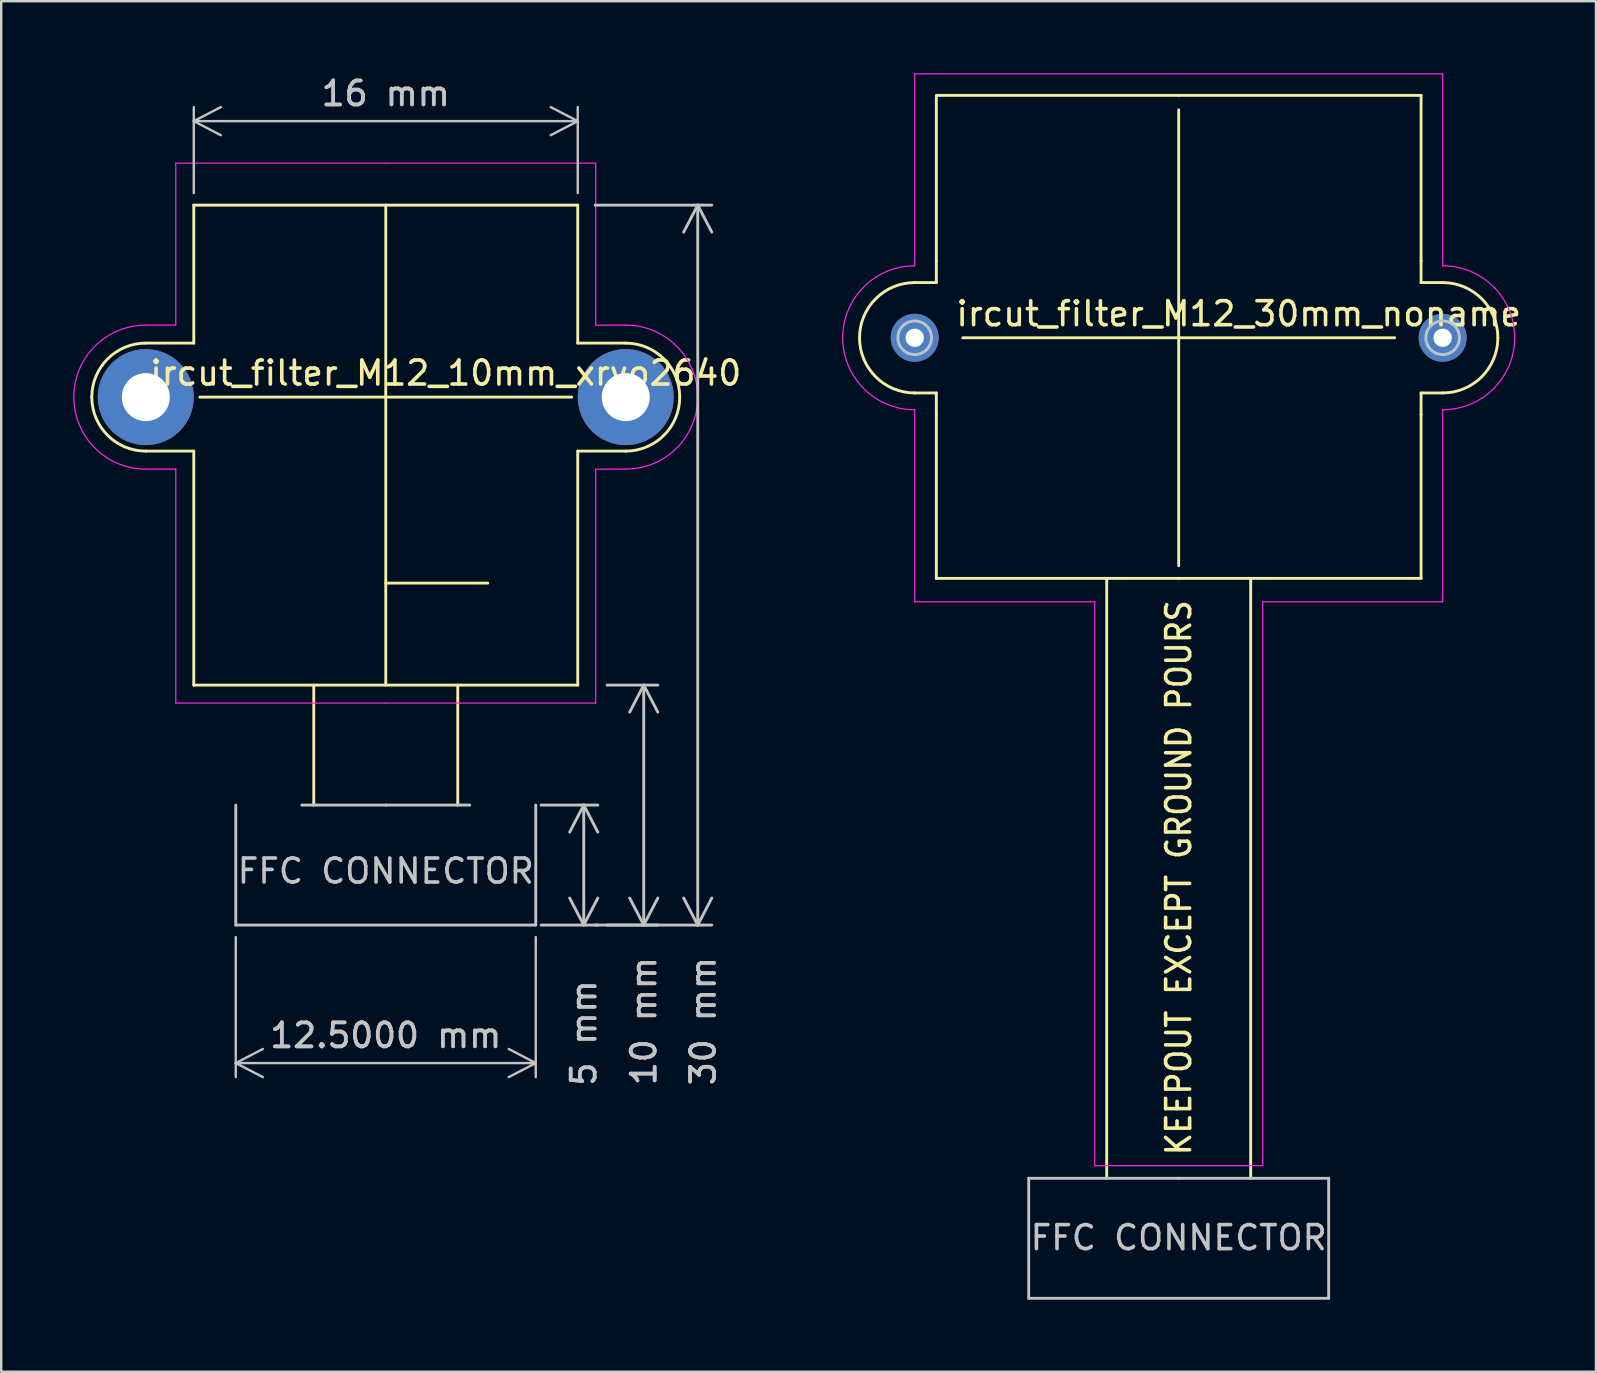
<source format=kicad_pcb>
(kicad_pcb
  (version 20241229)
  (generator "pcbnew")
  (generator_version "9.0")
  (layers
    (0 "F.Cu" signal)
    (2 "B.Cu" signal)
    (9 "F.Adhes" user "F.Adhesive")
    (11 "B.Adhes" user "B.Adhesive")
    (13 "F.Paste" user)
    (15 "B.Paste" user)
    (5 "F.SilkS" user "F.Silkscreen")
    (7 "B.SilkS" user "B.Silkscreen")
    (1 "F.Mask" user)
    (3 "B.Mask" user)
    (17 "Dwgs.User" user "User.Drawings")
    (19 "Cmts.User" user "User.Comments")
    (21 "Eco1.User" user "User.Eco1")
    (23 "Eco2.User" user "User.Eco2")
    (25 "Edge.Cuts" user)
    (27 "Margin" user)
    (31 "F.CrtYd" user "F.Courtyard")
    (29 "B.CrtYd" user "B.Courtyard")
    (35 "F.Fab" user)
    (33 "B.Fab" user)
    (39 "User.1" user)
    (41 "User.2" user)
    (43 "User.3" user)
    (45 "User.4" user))
  (footprint "ircut_filter_M12_10mm_xrvo2640"
    (layer "F.Cu")
    (at 13.025 13.498)
    (property "Reference" "ircut_filter_M12_10mm_xrvo2640" (at 2.5 -1 0) (unlocked yes) (layer "F.SilkS") (effects (font (size 1 1) (thickness 0.15))))
    (attr smd exclude_from_pos_files exclude_from_bom)
    (fp_line (start -10 -2.25) (end -8 -2.25) (stroke (width 0.12) (type default)) (layer "F.SilkS"))
    (fp_line (start -8 -8) (end -8 -2.25) (stroke (width 0.12) (type default)) (layer "F.SilkS"))
    (fp_line (start -8 12) (end -8 2.25) (stroke (width 0.12) (type default)) (layer "F.SilkS"))
    (fp_line (start -8 12) (end 8 12) (stroke (width 0.12) (type default)) (layer "F.SilkS"))
    (fp_line (start -8 2.25) (end -10 2.25) (stroke (width 0.12) (type default)) (layer "F.SilkS"))
    (fp_line (start -3 12) (end -3 17) (stroke (width 0.12) (type solid)) (layer "F.SilkS"))
    (fp_line (start 0 -8) (end -8 -8) (stroke (width 0.12) (type default)) (layer "F.SilkS"))
    (fp_line (start 0 0) (end -7.75 0) (stroke (width 0.12) (type default)) (layer "F.SilkS"))
    (fp_line (start 0 0) (end 0 -8) (stroke (width 0.12) (type default)) (layer "F.SilkS"))
    (fp_line (start 0 0) (end 0 12) (stroke (width 0.12) (type default)) (layer "F.SilkS"))
    (fp_line (start 0 0) (end 7.75 0) (stroke (width 0.12) (type default)) (layer "F.SilkS"))
    (fp_line (start 0 7.75) (end 4.25 7.75) (stroke (width 0.12) (type default)) (layer "F.SilkS"))
    (fp_line (start 3 12) (end 3 17) (stroke (width 0.12) (type solid)) (layer "F.SilkS"))
    (fp_line (start 8 -8) (end 0 -8) (stroke (width 0.12) (type default)) (layer "F.SilkS"))
    (fp_line (start 8 -2.25) (end 8 -8) (stroke (width 0.12) (type default)) (layer "F.SilkS"))
    (fp_line (start 8 2.25) (end 8 12) (stroke (width 0.12) (type default)) (layer "F.SilkS"))
    (fp_line (start 10 -2.25) (end 8 -2.25) (stroke (width 0.12) (type default)) (layer "F.SilkS"))
    (fp_line (start 10 2.25) (end 8 2.25) (stroke (width 0.12) (type default)) (layer "F.SilkS"))
    (fp_arc (start -12.250001 -0.000001) (mid -11.590991 -1.590991) (end -10.000001 -2.250001) (stroke (width 0.12) (type default)) (layer "F.SilkS"))
    (fp_arc (start -10.000001 2.250001) (mid -11.590991 1.590991) (end -12.250001 0.000001) (stroke (width 0.12) (type default)) (layer "F.SilkS"))
    (fp_arc (start 10 -2.25) (mid 11.59099 -1.59099) (end 12.25 0) (stroke (width 0.12) (type default)) (layer "F.SilkS"))
    (fp_arc (start 12.25 0) (mid 11.59099 1.59099) (end 10 2.25) (stroke (width 0.12) (type default)) (layer "F.SilkS"))
    (fp_line (start -6.25 17) (end -6.25 22) (stroke (width 0.12) (type solid)) (layer "Dwgs.User"))
    (fp_line (start 0 17) (end -3.5 17) (stroke (width 0.12) (type solid)) (layer "Dwgs.User"))
    (fp_line (start 0 17) (end 3.5 17) (stroke (width 0.12) (type solid)) (layer "Dwgs.User"))
    (fp_line (start 6.25 17) (end 6.25 22) (stroke (width 0.12) (type solid)) (layer "Dwgs.User"))
    (fp_line (start 6.25 22) (end -6.25 22) (stroke (width 0.12) (type solid)) (layer "Dwgs.User"))
    (fp_circle (center -10 0) (end -9.3 0) (stroke (width 0.12) (type solid)) (fill no) (layer "Dwgs.User"))
    (fp_circle (center 10 0) (end 10.7 0) (stroke (width 0.12) (type solid)) (fill no) (layer "Dwgs.User"))
    (fp_line (start -10 -3) (end -8.75 -3) (stroke (width 0.05) (type default)) (layer "F.CrtYd"))
    (fp_line (start -10 3) (end -8.75 3) (stroke (width 0.05) (type default)) (layer "F.CrtYd"))
    (fp_line (start -8.75 -9.75) (end -8.75 -3) (stroke (width 0.05) (type solid)) (layer "F.CrtYd"))
    (fp_line (start -8.75 12.75) (end -8.75 3) (stroke (width 0.05) (type solid)) (layer "F.CrtYd"))
    (fp_line (start 0 -9.75) (end -8.75 -9.75) (stroke (width 0.05) (type solid)) (layer "F.CrtYd"))
    (fp_line (start 0 -9.75) (end 8.75 -9.75) (stroke (width 0.05) (type solid)) (layer "F.CrtYd"))
    (fp_line (start 0 12.75) (end -8.75 12.75) (stroke (width 0.05) (type solid)) (layer "F.CrtYd"))
    (fp_line (start 0 12.75) (end 8.75 12.75) (stroke (width 0.05) (type solid)) (layer "F.CrtYd"))
    (fp_line (start 8.75 -9.75) (end 8.75 -3) (stroke (width 0.05) (type solid)) (layer "F.CrtYd"))
    (fp_line (start 8.75 12.75) (end 8.75 3) (stroke (width 0.05) (type solid)) (layer "F.CrtYd"))
    (fp_line (start 10 -3) (end 8.75 -3) (stroke (width 0.05) (type default)) (layer "F.CrtYd"))
    (fp_line (start 10 3) (end 8.75 3) (stroke (width 0.05) (type default)) (layer "F.CrtYd"))
    (fp_arc (start -13 0) (mid -12.12132 -2.12132) (end -10 -3) (stroke (width 0.05) (type default)) (layer "F.CrtYd"))
    (fp_arc (start -9.999999 3.000001) (mid -12.121319 2.121321) (end -12.999999 0.000001) (stroke (width 0.05) (type default)) (layer "F.CrtYd"))
    (fp_arc (start 10 -3) (mid 12.12132 -2.12132) (end 13 0) (stroke (width 0.05) (type default)) (layer "F.CrtYd"))
    (fp_arc (start 13 0) (mid 12.12132 2.12132) (end 10 3) (stroke (width 0.05) (type default)) (layer "F.CrtYd"))
    (fp_text user "FFC CONNECTOR" (at 0 19.75 0) (unlocked yes) (layer "Dwgs.User") (effects (font (size 1 1) (thickness 0.15))))
    (dimension (type aligned) (layer "Dwgs.User") (pts (xy 19.275 35.498) (xy 6.775 35.498)) (height -5.75) (format (prefix "") (suffix "") (units 3) (units_format 1) (precision 4)) (style (thickness 0.1) (arrow_length 1.27) (text_position_mode 0) (arrow_direction outward) (extension_height 0.586) (extension_offset 0.5) (keep_text_aligned yes)) (gr_text "12.5000 mm" (at 13.025 40.098 0) (layer "Dwgs.User") (effects (font (size 1 1) (thickness 0.15)))))
    (dimension (type aligned) (layer "Dwgs.User") (pts (xy 19 30.498) (xy 19 35.498)) (height -2.275) (format (prefix "") (suffix "") (units 3) (units_format 1) (precision 2) (suppress_zeroes yes)) (style (thickness 0.12) (arrow_length 1.27) (text_position_mode 2) (arrow_direction outward) (extension_height 0.586) (extension_offset 0.5) (keep_text_aligned yes)) (gr_text "5 mm" (at 21.275 39.998 90) (layer "Dwgs.User") (effects (font (size 1 1) (thickness 0.15)))))
    (dimension (type aligned) (layer "Dwgs.User") (pts (xy 21.25 5.498) (xy 21.25 35.498)) (height -4.775) (format (prefix "") (suffix "") (units 3) (units_format 1) (precision 2) (suppress_zeroes yes)) (style (thickness 0.12) (arrow_length 1.27) (text_position_mode 2) (arrow_direction outward) (extension_height 0.586) (extension_offset 0.5) (keep_text_aligned yes)) (gr_text "30 mm" (at 26.25 39.498 90) (layer "Dwgs.User") (effects (font (size 1 1) (thickness 0.15)))))
    (dimension (type aligned) (layer "Dwgs.User") (pts (xy 21.025 5.498) (xy 5.025 5.498)) (height 3.5) (format (prefix "") (suffix "") (units 3) (units_format 1) (precision 1) (suppress_zeroes yes)) (style (thickness 0.1) (arrow_length 1.27) (text_position_mode 0) (arrow_direction outward) (extension_height 0.586) (extension_offset 0.5) (keep_text_aligned yes)) (gr_text "16 mm" (at 13.025 0.848 0) (layer "Dwgs.User") (effects (font (size 1 1) (thickness 0.15)))))
    (dimension (type aligned) (layer "Dwgs.User") (pts (xy 21.75 25.498) (xy 21.75 35.498)) (height -2.025) (format (prefix "") (suffix "") (units 3) (units_format 1) (precision 2) (suppress_zeroes yes)) (style (thickness 0.12) (arrow_length 1.27) (text_position_mode 2) (arrow_direction outward) (extension_height 0.586) (extension_offset 0.5) (keep_text_aligned yes)) (gr_text "10 mm" (at 23.775 39.498 90) (layer "Dwgs.User") (effects (font (size 1 1) (thickness 0.15)))))
    (pad "" np_thru_hole circle (at -10 0) (size 4 4) (drill 2) (layers "*.Cu" "*.Mask"))
    (pad "" np_thru_hole circle (at 10 0) (size 4 4) (drill 2) (layers "*.Cu" "*.Mask"))
    (zone (net_name "") (layer "F.Cu") (hatch edge 0.508) (connect_pads) (min_thickness 0.254) (filled_areas_thickness no) (keepout (tracks not_allowed) (vias allowed) (pads not_allowed) (copperpour allowed) (footprints allowed)) (placement (enabled no)) (fill) (polygon (pts (xy 16.525 30.273) (xy 9.525 30.273) (xy 9.525 21.498) (xy 16.525 21.498)))))
  (footprint "ircut_filter_M12_30mm_noname"
    (layer "F.Cu")
    (at 46.067 11.025)
    (property "Reference" "ircut_filter_M12_30mm_noname" (at 2.5 -1 0) (unlocked yes) (layer "F.SilkS") (effects (font (size 1 1) (thickness 0.15))))
    (attr smd exclude_from_pos_files exclude_from_bom)
    (fp_line (start -10.1 -10.025) (end -10.1 -3.2) (stroke (width 0.12) (type solid)) (layer "F.SilkS"))
    (fp_line (start -10.1 -2.3) (end -11 -2.3) (stroke (width 0.12) (type solid)) (layer "F.SilkS"))
    (fp_line (start -10.1 -2.3) (end -10.1 -3.2) (stroke (width 0.12) (type solid)) (layer "F.SilkS"))
    (fp_line (start -10.1 2.3) (end -11 2.3) (stroke (width 0.12) (type solid)) (layer "F.SilkS"))
    (fp_line (start -10.1 3.2) (end -10.1 2.3) (stroke (width 0.12) (type solid)) (layer "F.SilkS"))
    (fp_line (start -10.1 10.025) (end -10.1 3.2) (stroke (width 0.12) (type solid)) (layer "F.SilkS"))
    (fp_line (start -9 0) (end 9 0) (stroke (width 0.12) (type solid)) (layer "F.SilkS"))
    (fp_line (start -3 10.025) (end -3 35.025) (stroke (width 0.12) (type solid)) (layer "F.SilkS"))
    (fp_line (start 0 -10.1) (end -10.1 -10.1) (stroke (width 0.12) (type solid)) (layer "F.SilkS"))
    (fp_line (start 0 -10.1) (end 10.1 -10.1) (stroke (width 0.12) (type solid)) (layer "F.SilkS"))
    (fp_line (start 0 -9.5) (end 0 9.5) (stroke (width 0.12) (type solid)) (layer "F.SilkS"))
    (fp_line (start 0 10.025) (end -10.1 10.025) (stroke (width 0.12) (type solid)) (layer "F.SilkS"))
    (fp_line (start 0 10.025) (end 10.1 10.025) (stroke (width 0.12) (type solid)) (layer "F.SilkS"))
    (fp_line (start 3 10.025) (end 3 35.025) (stroke (width 0.12) (type solid)) (layer "F.SilkS"))
    (fp_line (start 10.1 -10.1) (end 10.1 -3.2) (stroke (width 0.12) (type solid)) (layer "F.SilkS"))
    (fp_line (start 10.1 -2.3) (end 10.1 -3.2) (stroke (width 0.12) (type solid)) (layer "F.SilkS"))
    (fp_line (start 10.1 -2.3) (end 11 -2.3) (stroke (width 0.12) (type solid)) (layer "F.SilkS"))
    (fp_line (start 10.1 2.3) (end 10.1 3.2) (stroke (width 0.12) (type solid)) (layer "F.SilkS"))
    (fp_line (start 10.1 2.3) (end 11 2.3) (stroke (width 0.12) (type solid)) (layer "F.SilkS"))
    (fp_line (start 10.1 10.025) (end 10.1 3.2) (stroke (width 0.12) (type solid)) (layer "F.SilkS"))
    (fp_arc (start -13.3 0) (mid -12.626346 -1.626346) (end -11 -2.3) (stroke (width 0.12) (type solid)) (layer "F.SilkS"))
    (fp_arc (start -11 2.3) (mid -12.626346 1.626346) (end -13.3 0) (stroke (width 0.12) (type solid)) (layer "F.SilkS"))
    (fp_arc (start 11 -2.3) (mid 12.626346 -1.626346) (end 13.3 0) (stroke (width 0.12) (type solid)) (layer "F.SilkS"))
    (fp_arc (start 13.300001 -0.000001) (mid 12.626347 1.626345) (end 11.000001 2.299999) (stroke (width 0.12) (type solid)) (layer "F.SilkS"))
    (fp_line (start -6.25 35.025) (end -6.25 40.025) (stroke (width 0.12) (type solid)) (layer "Dwgs.User"))
    (fp_line (start 0 35.025) (end -6.25 35.025) (stroke (width 0.12) (type solid)) (layer "Dwgs.User"))
    (fp_line (start 0 35.025) (end 6.25 35.025) (stroke (width 0.12) (type solid)) (layer "Dwgs.User"))
    (fp_line (start 6.25 35.025) (end 6.25 40.025) (stroke (width 0.12) (type solid)) (layer "Dwgs.User"))
    (fp_line (start 6.25 40.025) (end -6.25 40.025) (stroke (width 0.12) (type solid)) (layer "Dwgs.User"))
    (fp_circle (center -11 0) (end -10.3 0) (stroke (width 0.12) (type solid)) (fill no) (layer "Dwgs.User"))
    (fp_circle (center 11 0) (end 11.7 0) (stroke (width 0.12) (type solid)) (fill no) (layer "Dwgs.User"))
    (fp_line (start -11 -11) (end -11 -3) (stroke (width 0.05) (type solid)) (layer "F.CrtYd"))
    (fp_line (start -11 3) (end -11 11) (stroke (width 0.05) (type solid)) (layer "F.CrtYd"))
    (fp_line (start -11 11) (end -3.5 11) (stroke (width 0.05) (type solid)) (layer "F.CrtYd"))
    (fp_line (start -3.5 11) (end -3.5 34.5) (stroke (width 0.05) (type solid)) (layer "F.CrtYd"))
    (fp_line (start -3.5 34.5) (end 3.5 34.5) (stroke (width 0.05) (type solid)) (layer "F.CrtYd"))
    (fp_line (start 0 -11) (end -11 -11) (stroke (width 0.05) (type solid)) (layer "F.CrtYd"))
    (fp_line (start 0 -11) (end 11 -11) (stroke (width 0.05) (type solid)) (layer "F.CrtYd"))
    (fp_line (start 3.5 11) (end 11 11) (stroke (width 0.05) (type solid)) (layer "F.CrtYd"))
    (fp_line (start 3.5 34.5) (end 3.5 11) (stroke (width 0.05) (type solid)) (layer "F.CrtYd"))
    (fp_line (start 11 -11) (end 11 -3) (stroke (width 0.05) (type solid)) (layer "F.CrtYd"))
    (fp_line (start 11 11) (end 11 3) (stroke (width 0.05) (type solid)) (layer "F.CrtYd"))
    (fp_arc (start -14 0) (mid -13.12132 -2.12132) (end -11 -3) (stroke (width 0.05) (type solid)) (layer "F.CrtYd"))
    (fp_arc (start -10.999999 3.000001) (mid -13.121319 2.121321) (end -13.999999 0.000001) (stroke (width 0.05) (type solid)) (layer "F.CrtYd"))
    (fp_arc (start 11 -3) (mid 13.12132 -2.12132) (end 14 0) (stroke (width 0.05) (type solid)) (layer "F.CrtYd"))
    (fp_arc (start 14 0) (mid 13.12132 2.12132) (end 11 3) (stroke (width 0.05) (type solid)) (layer "F.CrtYd"))
    (fp_text user "KEEPOUT EXCEPT GROUND POURS" (at 0 22.5 90) (unlocked yes) (layer "F.SilkS") (effects (font (size 1 0.9) (thickness 0.15))))
    (fp_text user "FFC CONNECTOR" (at 0 37.5 0) (unlocked yes) (layer "Dwgs.User") (effects (font (size 1 1) (thickness 0.15))))
    (pad "" np_thru_hole circle (at -11 0) (size 2 2) (drill 0.762) (layers "*.Cu" "*.Mask"))
    (pad "" np_thru_hole circle (at 11 0) (size 2 2) (drill 0.762) (layers "*.Cu" "*.Mask"))
    (zone (net_name "") (layer "F.Cu") (hatch edge 0.508) (connect_pads) (min_thickness 0.254) (filled_areas_thickness no) (keepout (tracks not_allowed) (vias not_allowed) (pads not_allowed) (copperpour allowed) (footprints allowed)) (placement (enabled no)) (fill) (polygon (pts (xy 49.567 47.05) (xy 42.567 47.05) (xy 42.567 20.525) (xy 49.567 20.525)))))
  (gr_rect
    (start -3 -3)
    (end 63.454 54.11)
    (stroke (width 0.1) (type default))
    (fill no)
    (layer "Edge.Cuts")))
</source>
